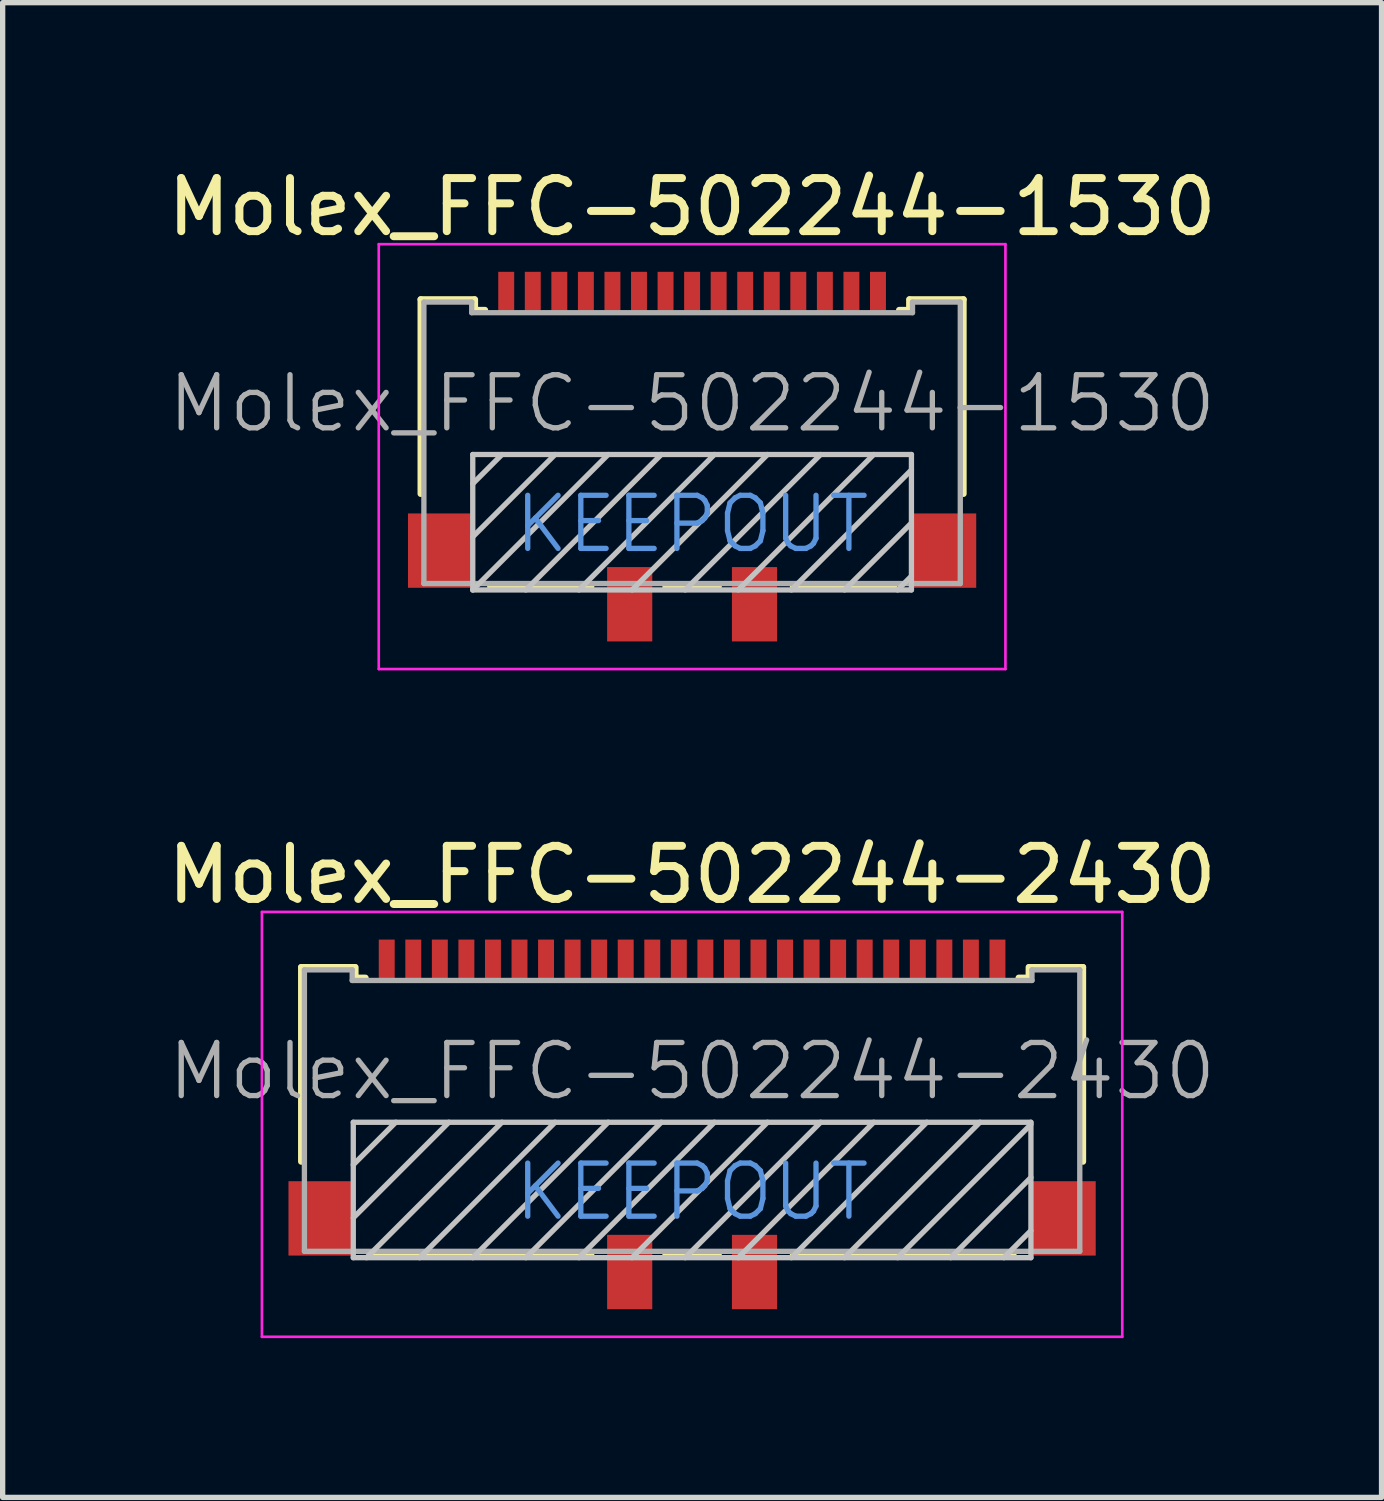
<source format=kicad_pcb>
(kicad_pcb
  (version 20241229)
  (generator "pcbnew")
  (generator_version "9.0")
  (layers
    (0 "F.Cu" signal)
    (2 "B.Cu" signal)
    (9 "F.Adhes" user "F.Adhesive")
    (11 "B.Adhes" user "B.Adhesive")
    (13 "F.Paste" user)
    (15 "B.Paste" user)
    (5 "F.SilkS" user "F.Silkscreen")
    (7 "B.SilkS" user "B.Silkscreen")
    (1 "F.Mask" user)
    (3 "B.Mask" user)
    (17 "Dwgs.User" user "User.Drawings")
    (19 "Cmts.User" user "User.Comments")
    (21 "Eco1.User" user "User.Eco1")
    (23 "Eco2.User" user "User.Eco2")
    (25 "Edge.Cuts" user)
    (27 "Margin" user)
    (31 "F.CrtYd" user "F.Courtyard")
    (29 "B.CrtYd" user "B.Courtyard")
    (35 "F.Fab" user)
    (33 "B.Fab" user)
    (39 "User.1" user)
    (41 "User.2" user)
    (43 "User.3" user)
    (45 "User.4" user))
  (footprint "Molex_FFC-502244-1530"
    (layer "F.Cu")
    (at 9.982 5.548)
    (property "Reference" "Molex_FFC-502244-1530" (at 0 -4.7 0) (layer "F.SilkS") (effects (font (size 1 1) (thickness 0.15))))
    (attr smd)
    (fp_line (start -5.11 -2.96) (end -4.1 -2.96) (stroke (width 0.12) (type solid)) (layer "F.SilkS"))
    (fp_line (start -5.11 0.7) (end -5.11 -2.96) (stroke (width 0.12) (type solid)) (layer "F.SilkS"))
    (fp_line (start -4.09 -2.76) (end -4.09 -2.96) (stroke (width 0.12) (type solid)) (layer "F.SilkS"))
    (fp_line (start -4.09 -2.76) (end -3.9 -2.76) (stroke (width 0.12) (type solid)) (layer "F.SilkS"))
    (fp_line (start -3.8 2.45) (end -1.9 2.45) (stroke (width 0.12) (type solid)) (layer "F.SilkS"))
    (fp_line (start -0.5 2.45) (end 0.5 2.45) (stroke (width 0.12) (type solid)) (layer "F.SilkS"))
    (fp_line (start 1.9 2.45) (end 3.8 2.45) (stroke (width 0.12) (type solid)) (layer "F.SilkS"))
    (fp_line (start 4.09 -2.96) (end 4.09 -2.76) (stroke (width 0.12) (type solid)) (layer "F.SilkS"))
    (fp_line (start 4.09 -2.76) (end 3.9 -2.76) (stroke (width 0.12) (type solid)) (layer "F.SilkS"))
    (fp_line (start 4.1 -2.96) (end 5.11 -2.96) (stroke (width 0.12) (type solid)) (layer "F.SilkS"))
    (fp_line (start 5.11 -2.96) (end 5.11 0.7) (stroke (width 0.12) (type solid)) (layer "F.SilkS"))
    (fp_line (start -4.13 -0.04) (end 4.13 -0.04) (stroke (width 0.1) (type solid)) (layer "Dwgs.User"))
    (fp_line (start -4.13 0.51) (end -3.58 -0.04) (stroke (width 0.1) (type solid)) (layer "Dwgs.User"))
    (fp_line (start -4.13 1.51) (end -2.58 -0.04) (stroke (width 0.1) (type solid)) (layer "Dwgs.User"))
    (fp_line (start -4.13 2.51) (end -4.13 -0.04) (stroke (width 0.1) (type solid)) (layer "Dwgs.User"))
    (fp_line (start -4.13 2.51) (end -1.58 -0.04) (stroke (width 0.1) (type solid)) (layer "Dwgs.User"))
    (fp_line (start -3.13 2.51) (end -0.58 -0.04) (stroke (width 0.1) (type solid)) (layer "Dwgs.User"))
    (fp_line (start -2.13 2.51) (end 0.42 -0.04) (stroke (width 0.1) (type solid)) (layer "Dwgs.User"))
    (fp_line (start -1.13 2.51) (end 1.42 -0.04) (stroke (width 0.1) (type solid)) (layer "Dwgs.User"))
    (fp_line (start -0.13 2.51) (end 2.42 -0.04) (stroke (width 0.1) (type solid)) (layer "Dwgs.User"))
    (fp_line (start 0.87 2.51) (end 3.42 -0.04) (stroke (width 0.1) (type solid)) (layer "Dwgs.User"))
    (fp_line (start 1.87 2.51) (end 4.13 0.25) (stroke (width 0.1) (type solid)) (layer "Dwgs.User"))
    (fp_line (start 2.87 2.51) (end 4.13 1.25) (stroke (width 0.1) (type solid)) (layer "Dwgs.User"))
    (fp_line (start 3.87 2.51) (end 4.13 2.25) (stroke (width 0.1) (type solid)) (layer "Dwgs.User"))
    (fp_line (start 4.13 -0.04) (end 4.13 2.51) (stroke (width 0.1) (type solid)) (layer "Dwgs.User"))
    (fp_line (start 4.13 2.51) (end -4.13 2.51) (stroke (width 0.1) (type solid)) (layer "Dwgs.User"))
    (fp_line (start -5.9 -4) (end 5.9 -4) (stroke (width 0.05) (type solid)) (layer "F.CrtYd"))
    (fp_line (start -5.9 4) (end -5.9 -4) (stroke (width 0.05) (type solid)) (layer "F.CrtYd"))
    (fp_line (start 5.9 -4) (end 5.9 4) (stroke (width 0.05) (type solid)) (layer "F.CrtYd"))
    (fp_line (start 5.9 4) (end -5.9 4) (stroke (width 0.05) (type solid)) (layer "F.CrtYd"))
    (fp_line (start -5.05 -2.91) (end -5.05 2.39) (stroke (width 0.1) (type solid)) (layer "F.Fab"))
    (fp_line (start -5.05 2.39) (end 5.05 2.39) (stroke (width 0.1) (type solid)) (layer "F.Fab"))
    (fp_line (start -4.15 -2.91) (end -5.05 -2.91) (stroke (width 0.1) (type solid)) (layer "F.Fab"))
    (fp_line (start -4.15 -2.71) (end -4.15 -2.91) (stroke (width 0.1) (type solid)) (layer "F.Fab"))
    (fp_line (start 4.15 -2.91) (end 4.15 -2.71) (stroke (width 0.1) (type solid)) (layer "F.Fab"))
    (fp_line (start 4.15 -2.71) (end -4.15 -2.71) (stroke (width 0.1) (type solid)) (layer "F.Fab"))
    (fp_line (start 5.05 -2.91) (end 4.15 -2.91) (stroke (width 0.1) (type solid)) (layer "F.Fab"))
    (fp_line (start 5.05 -2.91) (end 5.05 2.39) (stroke (width 0.1) (type solid)) (layer "F.Fab"))
    (fp_text user "KEEPOUT" (at 0 1.271 0) (layer "Cmts.User") (effects (font (size 1 1) (thickness 0.1))))
    (fp_text user "${REFERENCE}" (at 0 -1 0) (layer "F.Fab") (effects (font (size 1 1) (thickness 0.1))))
    (pad "1" smd rect (at -3.5 -3.08) (size 0.3 0.8) (layers "F.Cu" "F.Mask" "F.Paste"))
    (pad "2" smd rect (at -3 -3.08) (size 0.3 0.8) (layers "F.Cu" "F.Mask" "F.Paste"))
    (pad "3" smd rect (at -2.5 -3.08) (size 0.3 0.8) (layers "F.Cu" "F.Mask" "F.Paste"))
    (pad "4" smd rect (at -2 -3.08) (size 0.3 0.8) (layers "F.Cu" "F.Mask" "F.Paste"))
    (pad "5" smd rect (at -1.5 -3.08) (size 0.3 0.8) (layers "F.Cu" "F.Mask" "F.Paste"))
    (pad "6" smd rect (at -1 -3.08) (size 0.3 0.8) (layers "F.Cu" "F.Mask" "F.Paste"))
    (pad "7" smd rect (at -0.5 -3.08) (size 0.3 0.8) (layers "F.Cu" "F.Mask" "F.Paste"))
    (pad "8" smd rect (at 0 -3.08) (size 0.3 0.8) (layers "F.Cu" "F.Mask" "F.Paste"))
    (pad "9" smd rect (at 0.5 -3.08) (size 0.3 0.8) (layers "F.Cu" "F.Mask" "F.Paste"))
    (pad "10" smd rect (at 1 -3.08) (size 0.3 0.8) (layers "F.Cu" "F.Mask" "F.Paste"))
    (pad "11" smd rect (at 1.5 -3.08) (size 0.3 0.8) (layers "F.Cu" "F.Mask" "F.Paste"))
    (pad "12" smd rect (at 2 -3.08) (size 0.3 0.8) (layers "F.Cu" "F.Mask" "F.Paste"))
    (pad "13" smd rect (at 2.5 -3.08) (size 0.3 0.8) (layers "F.Cu" "F.Mask" "F.Paste"))
    (pad "14" smd rect (at 3 -3.08) (size 0.3 0.8) (layers "F.Cu" "F.Mask" "F.Paste"))
    (pad "15" smd rect (at 3.5 -3.08) (size 0.3 0.8) (layers "F.Cu" "F.Mask" "F.Paste"))
    (pad "16" smd rect (at -4.74 1.77) (size 1.22 1.4) (layers "F.Cu" "F.Mask" "F.Paste"))
    (pad "16" smd rect (at -1.175 2.78) (size 0.85 1.4) (layers "F.Cu" "F.Mask" "F.Paste"))
    (pad "16" smd rect (at 1.175 2.78) (size 0.85 1.4) (layers "F.Cu" "F.Mask" "F.Paste"))
    (pad "16" smd rect (at 4.74 1.77) (size 1.22 1.4) (layers "F.Cu" "F.Mask" "F.Paste")))
  (footprint "Molex_FFC-502244-2430"
    (layer "F.Cu")
    (at 9.982 18.122)
    (property "Reference" "Molex_FFC-502244-2430" (at 0 -4.7 0) (layer "F.SilkS") (effects (font (size 1 1) (thickness 0.15))))
    (attr smd)
    (fp_line (start -7.36 -2.96) (end -6.35 -2.96) (stroke (width 0.12) (type solid)) (layer "F.SilkS"))
    (fp_line (start -7.36 0.7) (end -7.36 -2.96) (stroke (width 0.12) (type solid)) (layer "F.SilkS"))
    (fp_line (start -6.34 -2.76) (end -6.34 -2.96) (stroke (width 0.12) (type solid)) (layer "F.SilkS"))
    (fp_line (start -6.34 -2.76) (end -6.15 -2.76) (stroke (width 0.12) (type solid)) (layer "F.SilkS"))
    (fp_line (start -6.05 2.45) (end -1.9 2.45) (stroke (width 0.12) (type solid)) (layer "F.SilkS"))
    (fp_line (start -0.5 2.45) (end 0.5 2.45) (stroke (width 0.12) (type solid)) (layer "F.SilkS"))
    (fp_line (start 1.9 2.45) (end 6.05 2.45) (stroke (width 0.12) (type solid)) (layer "F.SilkS"))
    (fp_line (start 6.34 -2.96) (end 6.34 -2.76) (stroke (width 0.12) (type solid)) (layer "F.SilkS"))
    (fp_line (start 6.34 -2.76) (end 6.15 -2.76) (stroke (width 0.12) (type solid)) (layer "F.SilkS"))
    (fp_line (start 6.35 -2.96) (end 7.36 -2.96) (stroke (width 0.12) (type solid)) (layer "F.SilkS"))
    (fp_line (start 7.36 -2.96) (end 7.36 0.7) (stroke (width 0.12) (type solid)) (layer "F.SilkS"))
    (fp_line (start -6.38 -0.04) (end 6.38 -0.04) (stroke (width 0.1) (type solid)) (layer "Dwgs.User"))
    (fp_line (start -6.38 0.76) (end -5.58 -0.04) (stroke (width 0.1) (type solid)) (layer "Dwgs.User"))
    (fp_line (start -6.38 1.76) (end -4.58 -0.04) (stroke (width 0.1) (type solid)) (layer "Dwgs.User"))
    (fp_line (start -6.38 2.51) (end -6.38 -0.04) (stroke (width 0.1) (type solid)) (layer "Dwgs.User"))
    (fp_line (start -6.13 2.51) (end -3.58 -0.04) (stroke (width 0.1) (type solid)) (layer "Dwgs.User"))
    (fp_line (start -5.13 2.51) (end -2.58 -0.04) (stroke (width 0.1) (type solid)) (layer "Dwgs.User"))
    (fp_line (start -4.13 2.51) (end -1.58 -0.04) (stroke (width 0.1) (type solid)) (layer "Dwgs.User"))
    (fp_line (start -3.13 2.51) (end -0.58 -0.04) (stroke (width 0.1) (type solid)) (layer "Dwgs.User"))
    (fp_line (start -2.13 2.51) (end 0.42 -0.04) (stroke (width 0.1) (type solid)) (layer "Dwgs.User"))
    (fp_line (start -1.13 2.51) (end 1.42 -0.04) (stroke (width 0.1) (type solid)) (layer "Dwgs.User"))
    (fp_line (start -0.13 2.51) (end 2.42 -0.04) (stroke (width 0.1) (type solid)) (layer "Dwgs.User"))
    (fp_line (start 0.87 2.51) (end 3.42 -0.04) (stroke (width 0.1) (type solid)) (layer "Dwgs.User"))
    (fp_line (start 1.87 2.51) (end 4.42 -0.04) (stroke (width 0.1) (type solid)) (layer "Dwgs.User"))
    (fp_line (start 2.87 2.51) (end 5.42 -0.04) (stroke (width 0.1) (type solid)) (layer "Dwgs.User"))
    (fp_line (start 3.87 2.51) (end 6.38 0) (stroke (width 0.1) (type solid)) (layer "Dwgs.User"))
    (fp_line (start 4.87 2.51) (end 6.38 1) (stroke (width 0.1) (type solid)) (layer "Dwgs.User"))
    (fp_line (start 5.87 2.51) (end 6.38 2) (stroke (width 0.1) (type solid)) (layer "Dwgs.User"))
    (fp_line (start 6.38 -0.04) (end 6.38 2.51) (stroke (width 0.1) (type solid)) (layer "Dwgs.User"))
    (fp_line (start 6.38 2.51) (end -6.38 2.51) (stroke (width 0.1) (type solid)) (layer "Dwgs.User"))
    (fp_line (start -8.1 -4) (end 8.1 -4) (stroke (width 0.05) (type solid)) (layer "F.CrtYd"))
    (fp_line (start -8.1 4) (end -8.1 -4) (stroke (width 0.05) (type solid)) (layer "F.CrtYd"))
    (fp_line (start 8.1 -4) (end 8.1 4) (stroke (width 0.05) (type solid)) (layer "F.CrtYd"))
    (fp_line (start 8.1 4) (end -8.1 4) (stroke (width 0.05) (type solid)) (layer "F.CrtYd"))
    (fp_line (start -7.3 -2.91) (end -7.3 2.39) (stroke (width 0.1) (type solid)) (layer "F.Fab"))
    (fp_line (start -7.3 2.39) (end 7.3 2.39) (stroke (width 0.1) (type solid)) (layer "F.Fab"))
    (fp_line (start -6.4 -2.91) (end -7.3 -2.91) (stroke (width 0.1) (type solid)) (layer "F.Fab"))
    (fp_line (start -6.4 -2.71) (end -6.4 -2.91) (stroke (width 0.1) (type solid)) (layer "F.Fab"))
    (fp_line (start 6.4 -2.91) (end 6.4 -2.71) (stroke (width 0.1) (type solid)) (layer "F.Fab"))
    (fp_line (start 6.4 -2.71) (end -6.4 -2.71) (stroke (width 0.1) (type solid)) (layer "F.Fab"))
    (fp_line (start 7.3 -2.91) (end 6.4 -2.91) (stroke (width 0.1) (type solid)) (layer "F.Fab"))
    (fp_line (start 7.3 -2.91) (end 7.3 2.39) (stroke (width 0.1) (type solid)) (layer "F.Fab"))
    (fp_text user "KEEPOUT" (at 0 1.271 0) (layer "Cmts.User") (effects (font (size 1 1) (thickness 0.1))))
    (fp_text user "${REFERENCE}" (at 0 -1 0) (layer "F.Fab") (effects (font (size 1 1) (thickness 0.1))))
    (pad "1" smd rect (at -5.75 -3.08) (size 0.3 0.8) (layers "F.Cu" "F.Mask" "F.Paste"))
    (pad "2" smd rect (at -5.25 -3.08) (size 0.3 0.8) (layers "F.Cu" "F.Mask" "F.Paste"))
    (pad "3" smd rect (at -4.75 -3.08) (size 0.3 0.8) (layers "F.Cu" "F.Mask" "F.Paste"))
    (pad "4" smd rect (at -4.25 -3.08) (size 0.3 0.8) (layers "F.Cu" "F.Mask" "F.Paste"))
    (pad "5" smd rect (at -3.75 -3.08) (size 0.3 0.8) (layers "F.Cu" "F.Mask" "F.Paste"))
    (pad "6" smd rect (at -3.25 -3.08) (size 0.3 0.8) (layers "F.Cu" "F.Mask" "F.Paste"))
    (pad "7" smd rect (at -2.75 -3.08) (size 0.3 0.8) (layers "F.Cu" "F.Mask" "F.Paste"))
    (pad "8" smd rect (at -2.25 -3.08) (size 0.3 0.8) (layers "F.Cu" "F.Mask" "F.Paste"))
    (pad "9" smd rect (at -1.75 -3.08) (size 0.3 0.8) (layers "F.Cu" "F.Mask" "F.Paste"))
    (pad "10" smd rect (at -1.25 -3.08) (size 0.3 0.8) (layers "F.Cu" "F.Mask" "F.Paste"))
    (pad "11" smd rect (at -0.75 -3.08) (size 0.3 0.8) (layers "F.Cu" "F.Mask" "F.Paste"))
    (pad "12" smd rect (at -0.25 -3.08) (size 0.3 0.8) (layers "F.Cu" "F.Mask" "F.Paste"))
    (pad "13" smd rect (at 0.25 -3.08) (size 0.3 0.8) (layers "F.Cu" "F.Mask" "F.Paste"))
    (pad "14" smd rect (at 0.75 -3.08) (size 0.3 0.8) (layers "F.Cu" "F.Mask" "F.Paste"))
    (pad "15" smd rect (at 1.25 -3.08) (size 0.3 0.8) (layers "F.Cu" "F.Mask" "F.Paste"))
    (pad "16" smd rect (at 1.75 -3.08) (size 0.3 0.8) (layers "F.Cu" "F.Mask" "F.Paste"))
    (pad "17" smd rect (at 2.25 -3.08) (size 0.3 0.8) (layers "F.Cu" "F.Mask" "F.Paste"))
    (pad "18" smd rect (at 2.75 -3.08) (size 0.3 0.8) (layers "F.Cu" "F.Mask" "F.Paste"))
    (pad "19" smd rect (at 3.25 -3.08) (size 0.3 0.8) (layers "F.Cu" "F.Mask" "F.Paste"))
    (pad "20" smd rect (at 3.75 -3.08) (size 0.3 0.8) (layers "F.Cu" "F.Mask" "F.Paste"))
    (pad "21" smd rect (at 4.25 -3.08) (size 0.3 0.8) (layers "F.Cu" "F.Mask" "F.Paste"))
    (pad "22" smd rect (at 4.75 -3.08) (size 0.3 0.8) (layers "F.Cu" "F.Mask" "F.Paste"))
    (pad "23" smd rect (at 5.25 -3.08) (size 0.3 0.8) (layers "F.Cu" "F.Mask" "F.Paste"))
    (pad "24" smd rect (at 5.75 -3.08) (size 0.3 0.8) (layers "F.Cu" "F.Mask" "F.Paste"))
    (pad "25" smd rect (at -6.99 1.77) (size 1.22 1.4) (layers "F.Cu" "F.Mask" "F.Paste"))
    (pad "25" smd rect (at -1.175 2.78) (size 0.85 1.4) (layers "F.Cu" "F.Mask" "F.Paste"))
    (pad "25" smd rect (at 1.175 2.78) (size 0.85 1.4) (layers "F.Cu" "F.Mask" "F.Paste"))
    (pad "25" smd rect (at 6.99 1.77) (size 1.22 1.4) (layers "F.Cu" "F.Mask" "F.Paste")))
  (gr_rect
    (start -3 -3)
    (end 22.964 25.146)
    (stroke (width 0.1) (type default))
    (fill no)
    (layer "Edge.Cuts")))
</source>
